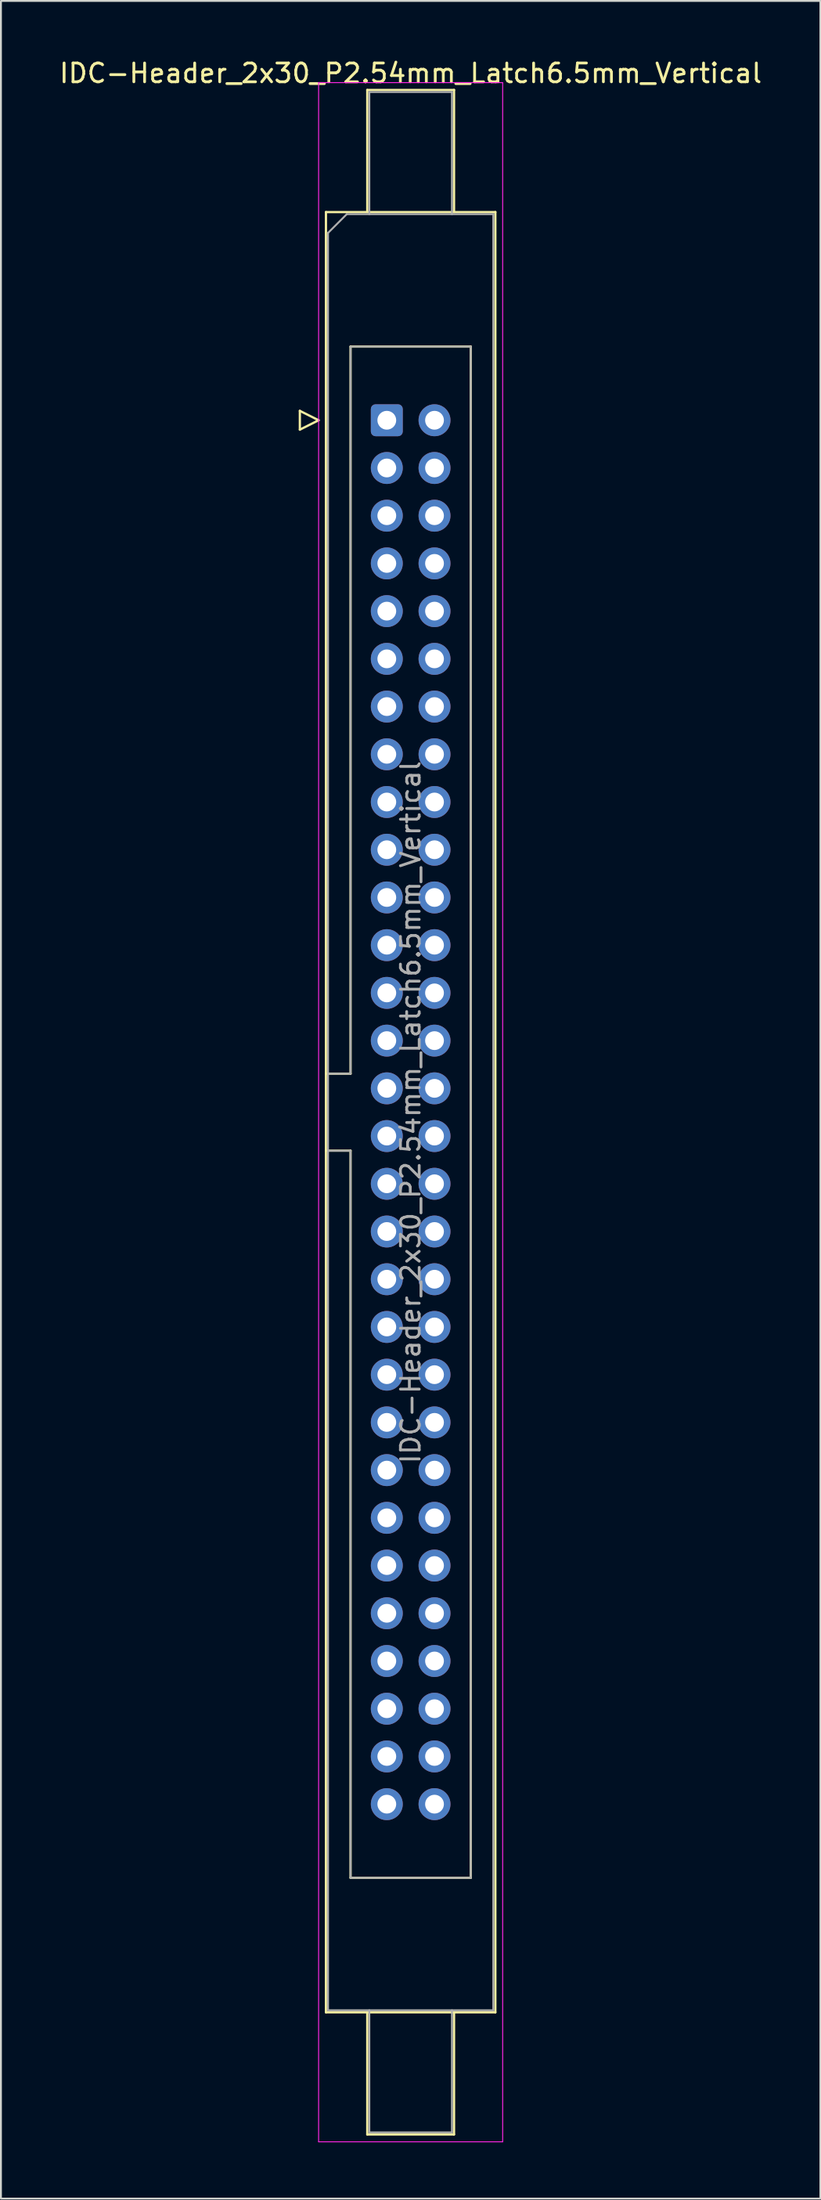
<source format=kicad_pcb>
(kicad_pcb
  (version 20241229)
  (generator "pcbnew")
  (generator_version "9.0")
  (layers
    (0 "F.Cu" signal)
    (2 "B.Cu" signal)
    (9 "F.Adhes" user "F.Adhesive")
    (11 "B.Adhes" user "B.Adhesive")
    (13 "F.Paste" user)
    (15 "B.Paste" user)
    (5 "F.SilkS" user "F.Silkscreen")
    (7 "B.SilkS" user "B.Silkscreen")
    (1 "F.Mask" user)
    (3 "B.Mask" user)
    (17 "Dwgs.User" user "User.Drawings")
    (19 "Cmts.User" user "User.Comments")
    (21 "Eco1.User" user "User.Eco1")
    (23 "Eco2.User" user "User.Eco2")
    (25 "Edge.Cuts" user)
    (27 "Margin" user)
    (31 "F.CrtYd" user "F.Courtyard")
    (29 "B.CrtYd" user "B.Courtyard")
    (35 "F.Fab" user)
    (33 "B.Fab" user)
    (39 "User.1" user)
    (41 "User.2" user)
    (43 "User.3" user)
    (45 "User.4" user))
  (footprint "IDC-Header_2x30_P2.54mm_Latch6.5mm_Vertical"
    (layer "F.Cu")
    (at 17.545 19.318)
    (property "Reference" "IDC-Header_2x30_P2.54mm_Latch6.5mm_Vertical" (at 1.27 -18.47 0) (layer "F.SilkS") (effects (font (size 1 1) (thickness 0.15))))
    (attr through_hole)
    (fp_line (start -4.63 -0.5) (end -4.63 0.5) (stroke (width 0.12) (type solid)) (layer "F.SilkS"))
    (fp_line (start -4.63 0.5) (end -3.63 0) (stroke (width 0.12) (type solid)) (layer "F.SilkS"))
    (fp_line (start -3.63 0) (end -4.63 -0.5) (stroke (width 0.12) (type solid)) (layer "F.SilkS"))
    (fp_line (start -3.24 -11.08) (end 5.78 -11.08) (stroke (width 0.12) (type solid)) (layer "F.SilkS"))
    (fp_line (start -3.24 34.78) (end -1.93 34.78) (stroke (width 0.12) (type solid)) (layer "F.SilkS"))
    (fp_line (start -3.24 84.74) (end -3.24 -11.08) (stroke (width 0.12) (type solid)) (layer "F.SilkS"))
    (fp_line (start -1.93 -3.92) (end 4.47 -3.92) (stroke (width 0.12) (type solid)) (layer "F.SilkS"))
    (fp_line (start -1.93 34.78) (end -1.93 -3.92) (stroke (width 0.12) (type solid)) (layer "F.SilkS"))
    (fp_line (start -1.93 38.88) (end -3.24 38.88) (stroke (width 0.12) (type solid)) (layer "F.SilkS"))
    (fp_line (start -1.93 77.58) (end -1.93 38.88) (stroke (width 0.12) (type solid)) (layer "F.SilkS"))
    (fp_line (start -1.04 -17.58) (end 3.58 -17.58) (stroke (width 0.12) (type solid)) (layer "F.SilkS"))
    (fp_line (start -1.04 -11.08) (end -1.04 -17.58) (stroke (width 0.12) (type solid)) (layer "F.SilkS"))
    (fp_line (start -1.04 84.74) (end -1.04 91.24) (stroke (width 0.12) (type solid)) (layer "F.SilkS"))
    (fp_line (start -1.04 91.24) (end 3.58 91.24) (stroke (width 0.12) (type solid)) (layer "F.SilkS"))
    (fp_line (start 3.58 -17.58) (end 3.58 -11.08) (stroke (width 0.12) (type solid)) (layer "F.SilkS"))
    (fp_line (start 3.58 91.24) (end 3.58 84.74) (stroke (width 0.12) (type solid)) (layer "F.SilkS"))
    (fp_line (start 4.47 -3.92) (end 4.47 77.58) (stroke (width 0.12) (type solid)) (layer "F.SilkS"))
    (fp_line (start 4.47 77.58) (end -1.93 77.58) (stroke (width 0.12) (type solid)) (layer "F.SilkS"))
    (fp_line (start 5.78 -11.08) (end 5.78 84.74) (stroke (width 0.12) (type solid)) (layer "F.SilkS"))
    (fp_line (start 5.78 84.74) (end -3.24 84.74) (stroke (width 0.12) (type solid)) (layer "F.SilkS"))
    (fp_line (start -3.63 -17.97) (end -3.63 91.63) (stroke (width 0.05) (type solid)) (layer "F.CrtYd"))
    (fp_line (start -3.63 91.63) (end 6.17 91.63) (stroke (width 0.05) (type solid)) (layer "F.CrtYd"))
    (fp_line (start 6.17 -17.97) (end -3.63 -17.97) (stroke (width 0.05) (type solid)) (layer "F.CrtYd"))
    (fp_line (start 6.17 91.63) (end 6.17 -17.97) (stroke (width 0.05) (type solid)) (layer "F.CrtYd"))
    (fp_line (start -3.13 -9.97) (end -2.13 -10.97) (stroke (width 0.1) (type solid)) (layer "F.Fab"))
    (fp_line (start -3.13 34.78) (end -1.93 34.78) (stroke (width 0.1) (type solid)) (layer "F.Fab"))
    (fp_line (start -3.13 84.63) (end -3.13 -9.97) (stroke (width 0.1) (type solid)) (layer "F.Fab"))
    (fp_line (start -2.13 -10.97) (end 5.67 -10.97) (stroke (width 0.1) (type solid)) (layer "F.Fab"))
    (fp_line (start -1.93 -3.92) (end 4.47 -3.92) (stroke (width 0.1) (type solid)) (layer "F.Fab"))
    (fp_line (start -1.93 34.78) (end -1.93 -3.92) (stroke (width 0.1) (type solid)) (layer "F.Fab"))
    (fp_line (start -1.93 38.88) (end -3.13 38.88) (stroke (width 0.1) (type solid)) (layer "F.Fab"))
    (fp_line (start -1.93 77.58) (end -1.93 38.88) (stroke (width 0.1) (type solid)) (layer "F.Fab"))
    (fp_line (start -0.93 -17.47) (end 3.47 -17.47) (stroke (width 0.1) (type solid)) (layer "F.Fab"))
    (fp_line (start -0.93 -10.97) (end -0.93 -17.47) (stroke (width 0.1) (type solid)) (layer "F.Fab"))
    (fp_line (start -0.93 84.63) (end -0.93 91.13) (stroke (width 0.1) (type solid)) (layer "F.Fab"))
    (fp_line (start -0.93 91.13) (end 3.47 91.13) (stroke (width 0.1) (type solid)) (layer "F.Fab"))
    (fp_line (start 3.47 -17.47) (end 3.47 -10.97) (stroke (width 0.1) (type solid)) (layer "F.Fab"))
    (fp_line (start 3.47 91.13) (end 3.47 84.63) (stroke (width 0.1) (type solid)) (layer "F.Fab"))
    (fp_line (start 4.47 -3.92) (end 4.47 77.58) (stroke (width 0.1) (type solid)) (layer "F.Fab"))
    (fp_line (start 4.47 77.58) (end -1.93 77.58) (stroke (width 0.1) (type solid)) (layer "F.Fab"))
    (fp_line (start 5.67 -10.97) (end 5.67 84.63) (stroke (width 0.1) (type solid)) (layer "F.Fab"))
    (fp_line (start 5.67 84.63) (end -3.13 84.63) (stroke (width 0.1) (type solid)) (layer "F.Fab"))
    (fp_text user "${REFERENCE}" (at 1.27 36.83 90) (layer "F.Fab") (effects (font (size 1 1) (thickness 0.15))))
    (pad "1" thru_hole roundrect (at 0 0) (size 1.7 1.7) (drill 1) (layers "*.Cu" "*.Mask") (roundrect_rratio 0.147))
    (pad "2" thru_hole circle (at 2.54 0) (size 1.7 1.7) (drill 1) (layers "*.Cu" "*.Mask"))
    (pad "3" thru_hole circle (at 0 2.54) (size 1.7 1.7) (drill 1) (layers "*.Cu" "*.Mask"))
    (pad "4" thru_hole circle (at 2.54 2.54) (size 1.7 1.7) (drill 1) (layers "*.Cu" "*.Mask"))
    (pad "5" thru_hole circle (at 0 5.08) (size 1.7 1.7) (drill 1) (layers "*.Cu" "*.Mask"))
    (pad "6" thru_hole circle (at 2.54 5.08) (size 1.7 1.7) (drill 1) (layers "*.Cu" "*.Mask"))
    (pad "7" thru_hole circle (at 0 7.62) (size 1.7 1.7) (drill 1) (layers "*.Cu" "*.Mask"))
    (pad "8" thru_hole circle (at 2.54 7.62) (size 1.7 1.7) (drill 1) (layers "*.Cu" "*.Mask"))
    (pad "9" thru_hole circle (at 0 10.16) (size 1.7 1.7) (drill 1) (layers "*.Cu" "*.Mask"))
    (pad "10" thru_hole circle (at 2.54 10.16) (size 1.7 1.7) (drill 1) (layers "*.Cu" "*.Mask"))
    (pad "11" thru_hole circle (at 0 12.7) (size 1.7 1.7) (drill 1) (layers "*.Cu" "*.Mask"))
    (pad "12" thru_hole circle (at 2.54 12.7) (size 1.7 1.7) (drill 1) (layers "*.Cu" "*.Mask"))
    (pad "13" thru_hole circle (at 0 15.24) (size 1.7 1.7) (drill 1) (layers "*.Cu" "*.Mask"))
    (pad "14" thru_hole circle (at 2.54 15.24) (size 1.7 1.7) (drill 1) (layers "*.Cu" "*.Mask"))
    (pad "15" thru_hole circle (at 0 17.78) (size 1.7 1.7) (drill 1) (layers "*.Cu" "*.Mask"))
    (pad "16" thru_hole circle (at 2.54 17.78) (size 1.7 1.7) (drill 1) (layers "*.Cu" "*.Mask"))
    (pad "17" thru_hole circle (at 0 20.32) (size 1.7 1.7) (drill 1) (layers "*.Cu" "*.Mask"))
    (pad "18" thru_hole circle (at 2.54 20.32) (size 1.7 1.7) (drill 1) (layers "*.Cu" "*.Mask"))
    (pad "19" thru_hole circle (at 0 22.86) (size 1.7 1.7) (drill 1) (layers "*.Cu" "*.Mask"))
    (pad "20" thru_hole circle (at 2.54 22.86) (size 1.7 1.7) (drill 1) (layers "*.Cu" "*.Mask"))
    (pad "21" thru_hole circle (at 0 25.4) (size 1.7 1.7) (drill 1) (layers "*.Cu" "*.Mask"))
    (pad "22" thru_hole circle (at 2.54 25.4) (size 1.7 1.7) (drill 1) (layers "*.Cu" "*.Mask"))
    (pad "23" thru_hole circle (at 0 27.94) (size 1.7 1.7) (drill 1) (layers "*.Cu" "*.Mask"))
    (pad "24" thru_hole circle (at 2.54 27.94) (size 1.7 1.7) (drill 1) (layers "*.Cu" "*.Mask"))
    (pad "25" thru_hole circle (at 0 30.48) (size 1.7 1.7) (drill 1) (layers "*.Cu" "*.Mask"))
    (pad "26" thru_hole circle (at 2.54 30.48) (size 1.7 1.7) (drill 1) (layers "*.Cu" "*.Mask"))
    (pad "27" thru_hole circle (at 0 33.02) (size 1.7 1.7) (drill 1) (layers "*.Cu" "*.Mask"))
    (pad "28" thru_hole circle (at 2.54 33.02) (size 1.7 1.7) (drill 1) (layers "*.Cu" "*.Mask"))
    (pad "29" thru_hole circle (at 0 35.56) (size 1.7 1.7) (drill 1) (layers "*.Cu" "*.Mask"))
    (pad "30" thru_hole circle (at 2.54 35.56) (size 1.7 1.7) (drill 1) (layers "*.Cu" "*.Mask"))
    (pad "31" thru_hole circle (at 0 38.1) (size 1.7 1.7) (drill 1) (layers "*.Cu" "*.Mask"))
    (pad "32" thru_hole circle (at 2.54 38.1) (size 1.7 1.7) (drill 1) (layers "*.Cu" "*.Mask"))
    (pad "33" thru_hole circle (at 0 40.64) (size 1.7 1.7) (drill 1) (layers "*.Cu" "*.Mask"))
    (pad "34" thru_hole circle (at 2.54 40.64) (size 1.7 1.7) (drill 1) (layers "*.Cu" "*.Mask"))
    (pad "35" thru_hole circle (at 0 43.18) (size 1.7 1.7) (drill 1) (layers "*.Cu" "*.Mask"))
    (pad "36" thru_hole circle (at 2.54 43.18) (size 1.7 1.7) (drill 1) (layers "*.Cu" "*.Mask"))
    (pad "37" thru_hole circle (at 0 45.72) (size 1.7 1.7) (drill 1) (layers "*.Cu" "*.Mask"))
    (pad "38" thru_hole circle (at 2.54 45.72) (size 1.7 1.7) (drill 1) (layers "*.Cu" "*.Mask"))
    (pad "39" thru_hole circle (at 0 48.26) (size 1.7 1.7) (drill 1) (layers "*.Cu" "*.Mask"))
    (pad "40" thru_hole circle (at 2.54 48.26) (size 1.7 1.7) (drill 1) (layers "*.Cu" "*.Mask"))
    (pad "41" thru_hole circle (at 0 50.8) (size 1.7 1.7) (drill 1) (layers "*.Cu" "*.Mask"))
    (pad "42" thru_hole circle (at 2.54 50.8) (size 1.7 1.7) (drill 1) (layers "*.Cu" "*.Mask"))
    (pad "43" thru_hole circle (at 0 53.34) (size 1.7 1.7) (drill 1) (layers "*.Cu" "*.Mask"))
    (pad "44" thru_hole circle (at 2.54 53.34) (size 1.7 1.7) (drill 1) (layers "*.Cu" "*.Mask"))
    (pad "45" thru_hole circle (at 0 55.88) (size 1.7 1.7) (drill 1) (layers "*.Cu" "*.Mask"))
    (pad "46" thru_hole circle (at 2.54 55.88) (size 1.7 1.7) (drill 1) (layers "*.Cu" "*.Mask"))
    (pad "47" thru_hole circle (at 0 58.42) (size 1.7 1.7) (drill 1) (layers "*.Cu" "*.Mask"))
    (pad "48" thru_hole circle (at 2.54 58.42) (size 1.7 1.7) (drill 1) (layers "*.Cu" "*.Mask"))
    (pad "49" thru_hole circle (at 0 60.96) (size 1.7 1.7) (drill 1) (layers "*.Cu" "*.Mask"))
    (pad "50" thru_hole circle (at 2.54 60.96) (size 1.7 1.7) (drill 1) (layers "*.Cu" "*.Mask"))
    (pad "51" thru_hole circle (at 0 63.5) (size 1.7 1.7) (drill 1) (layers "*.Cu" "*.Mask"))
    (pad "52" thru_hole circle (at 2.54 63.5) (size 1.7 1.7) (drill 1) (layers "*.Cu" "*.Mask"))
    (pad "53" thru_hole circle (at 0 66.04) (size 1.7 1.7) (drill 1) (layers "*.Cu" "*.Mask"))
    (pad "54" thru_hole circle (at 2.54 66.04) (size 1.7 1.7) (drill 1) (layers "*.Cu" "*.Mask"))
    (pad "55" thru_hole circle (at 0 68.58) (size 1.7 1.7) (drill 1) (layers "*.Cu" "*.Mask"))
    (pad "56" thru_hole circle (at 2.54 68.58) (size 1.7 1.7) (drill 1) (layers "*.Cu" "*.Mask"))
    (pad "57" thru_hole circle (at 0 71.12) (size 1.7 1.7) (drill 1) (layers "*.Cu" "*.Mask"))
    (pad "58" thru_hole circle (at 2.54 71.12) (size 1.7 1.7) (drill 1) (layers "*.Cu" "*.Mask"))
    (pad "59" thru_hole circle (at 0 73.66) (size 1.7 1.7) (drill 1) (layers "*.Cu" "*.Mask"))
    (pad "60" thru_hole circle (at 2.54 73.66) (size 1.7 1.7) (drill 1) (layers "*.Cu" "*.Mask")))
  (gr_rect
    (start -3 -3)
    (end 40.631 113.973)
    (stroke (width 0.1) (type default))
    (fill no)
    (layer "Edge.Cuts")))
</source>
